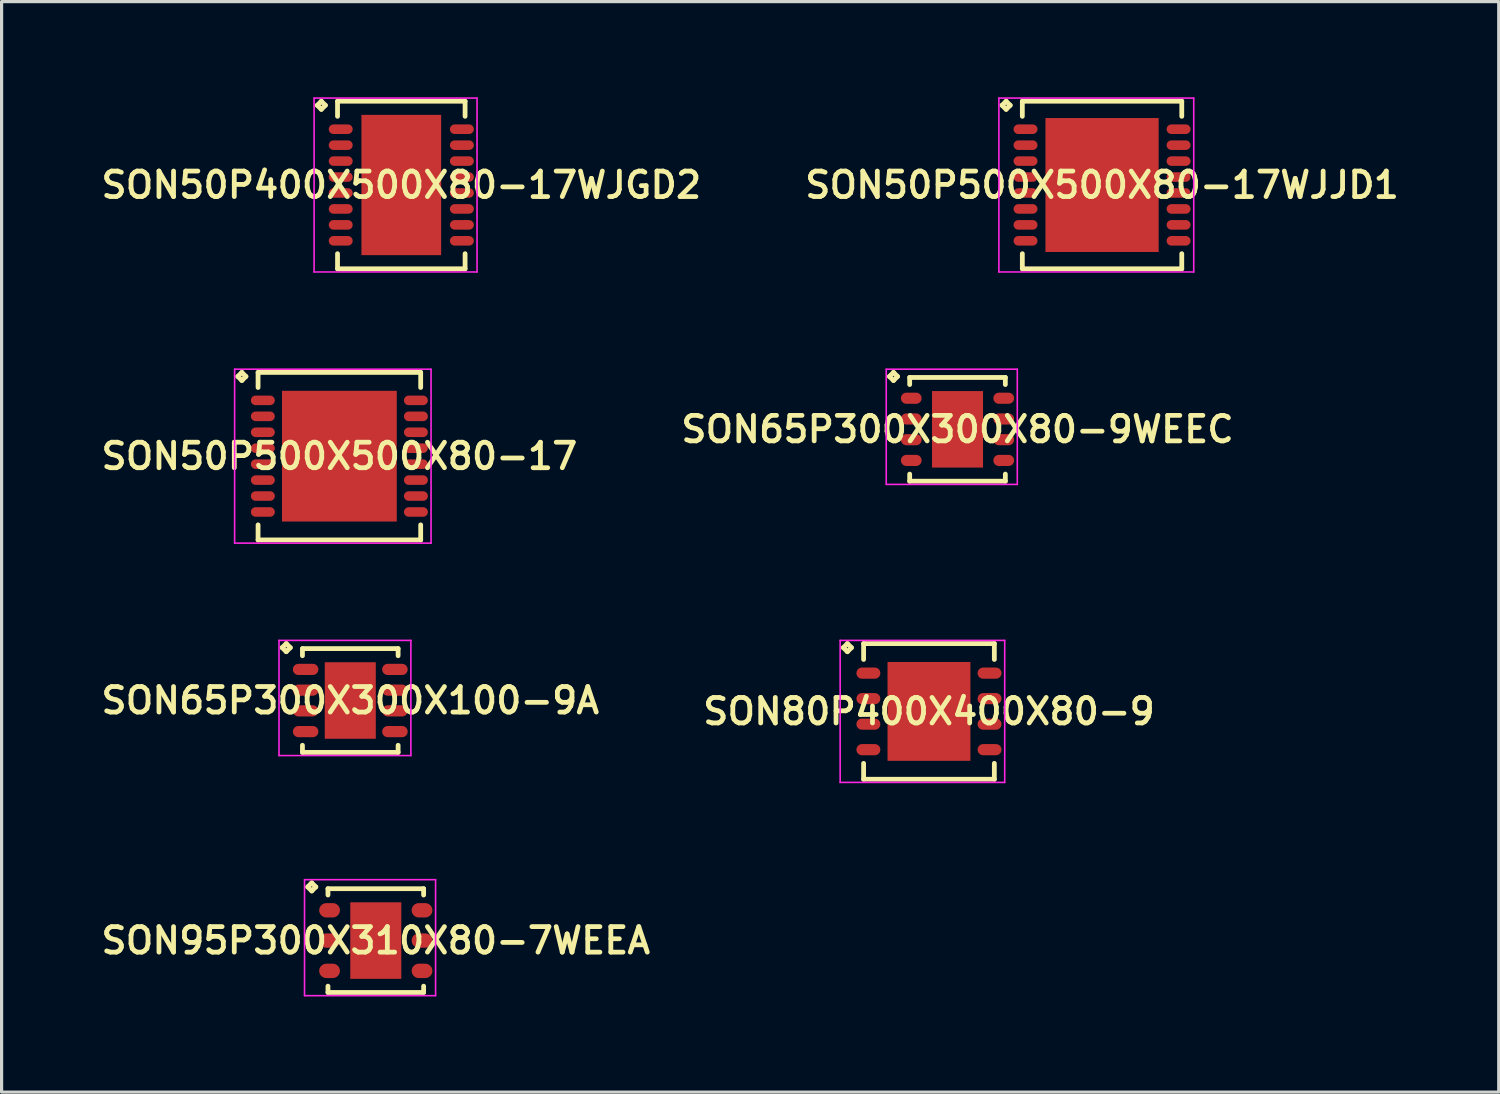
<source format=kicad_pcb>
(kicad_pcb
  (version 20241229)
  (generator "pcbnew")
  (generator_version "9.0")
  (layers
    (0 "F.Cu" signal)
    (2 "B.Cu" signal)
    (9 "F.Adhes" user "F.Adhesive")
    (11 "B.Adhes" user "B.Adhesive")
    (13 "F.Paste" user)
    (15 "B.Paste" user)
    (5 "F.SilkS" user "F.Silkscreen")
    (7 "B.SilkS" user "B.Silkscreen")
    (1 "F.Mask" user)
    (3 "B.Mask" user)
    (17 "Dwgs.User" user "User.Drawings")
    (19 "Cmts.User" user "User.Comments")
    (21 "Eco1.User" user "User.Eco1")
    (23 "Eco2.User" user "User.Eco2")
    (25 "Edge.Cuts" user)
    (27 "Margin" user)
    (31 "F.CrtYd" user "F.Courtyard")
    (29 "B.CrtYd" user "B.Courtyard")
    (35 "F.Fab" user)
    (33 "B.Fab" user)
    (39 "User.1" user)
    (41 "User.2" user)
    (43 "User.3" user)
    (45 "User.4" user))
  (footprint "SON80P400X400X80-9"
    (layer "F.Cu")
    (at 26.083 19.26)
    (property "Reference" "SON80P400X400X80-9" (at 0 0 0) (layer "F.SilkS") (effects (font (size 0.8 0.8) (thickness 0.15))))
    (attr smd)
    (fp_line (start -2.685 -2) (end -2.558 -2.127) (stroke (width 0.15) (type solid)) (layer "F.SilkS"))
    (fp_line (start -2.558 -2.127) (end -2.431 -2) (stroke (width 0.15) (type solid)) (layer "F.SilkS"))
    (fp_line (start -2.558 -1.873) (end -2.685 -2) (stroke (width 0.15) (type solid)) (layer "F.SilkS"))
    (fp_line (start -2.431 -2) (end -2.558 -1.873) (stroke (width 0.15) (type solid)) (layer "F.SilkS"))
    (fp_line (start -2.05 -2.127) (end 2.05 -2.127) (stroke (width 0.15) (type solid)) (layer "F.SilkS"))
    (fp_line (start -2.05 -1.629) (end -2.05 -2.127) (stroke (width 0.15) (type solid)) (layer "F.SilkS"))
    (fp_line (start -2.05 1.629) (end -2.05 2.127) (stroke (width 0.15) (type solid)) (layer "F.SilkS"))
    (fp_line (start -2.05 2.127) (end 2.05 2.127) (stroke (width 0.15) (type solid)) (layer "F.SilkS"))
    (fp_line (start 2.05 -2.127) (end 2.05 -1.629) (stroke (width 0.15) (type solid)) (layer "F.SilkS"))
    (fp_line (start 2.05 2.127) (end 2.05 1.629) (stroke (width 0.15) (type solid)) (layer "F.SilkS"))
    (fp_line (start -2.785 -2.227) (end 2.375 -2.227) (stroke (width 0.05) (type solid)) (layer "F.CrtYd"))
    (fp_line (start -2.785 2.227) (end -2.785 -2.227) (stroke (width 0.05) (type solid)) (layer "F.CrtYd"))
    (fp_line (start 2.375 -2.227) (end 2.375 2.227) (stroke (width 0.05) (type solid)) (layer "F.CrtYd"))
    (fp_line (start 2.375 2.227) (end -2.785 2.227) (stroke (width 0.05) (type solid)) (layer "F.CrtYd"))
    (pad "1" smd oval (at -1.9 -1.2) (size 0.75 0.35) (layers "F.Cu" "F.Mask" "F.Paste"))
    (pad "2" smd oval (at -1.9 -0.4) (size 0.75 0.35) (layers "F.Cu" "F.Mask" "F.Paste"))
    (pad "3" smd oval (at -1.9 0.4) (size 0.75 0.35) (layers "F.Cu" "F.Mask" "F.Paste"))
    (pad "4" smd oval (at -1.9 1.2) (size 0.75 0.35) (layers "F.Cu" "F.Mask" "F.Paste"))
    (pad "5" smd oval (at 1.9 1.2) (size 0.75 0.35) (layers "F.Cu" "F.Mask" "F.Paste"))
    (pad "6" smd oval (at 1.9 0.4) (size 0.75 0.35) (layers "F.Cu" "F.Mask" "F.Paste"))
    (pad "7" smd oval (at 1.9 -0.4) (size 0.75 0.35) (layers "F.Cu" "F.Mask" "F.Paste"))
    (pad "8" smd oval (at 1.9 -1.2) (size 0.75 0.35) (layers "F.Cu" "F.Mask" "F.Paste"))
    (pad "9" smd rect (at 0 0) (size 2.6 3.1) (layers "F.Cu" "F.Mask" "F.Paste")))
  (footprint "SON50P500X500X80-17WJJD1"
    (layer "F.Cu")
    (at 31.511 2.752)
    (property "Reference" "SON50P500X500X80-17WJJD1" (at 0 0 0) (layer "F.SilkS") (effects (font (size 0.8 0.8) (thickness 0.15))))
    (attr smd)
    (fp_line (start -3.135 -2.5) (end -3.008 -2.627) (stroke (width 0.15) (type solid)) (layer "F.SilkS"))
    (fp_line (start -3.008 -2.627) (end -2.881 -2.5) (stroke (width 0.15) (type solid)) (layer "F.SilkS"))
    (fp_line (start -3.008 -2.373) (end -3.135 -2.5) (stroke (width 0.15) (type solid)) (layer "F.SilkS"))
    (fp_line (start -2.881 -2.5) (end -3.008 -2.373) (stroke (width 0.15) (type solid)) (layer "F.SilkS"))
    (fp_line (start -2.5 -2.627) (end 2.5 -2.627) (stroke (width 0.15) (type solid)) (layer "F.SilkS"))
    (fp_line (start -2.5 -2.154) (end -2.5 -2.627) (stroke (width 0.15) (type solid)) (layer "F.SilkS"))
    (fp_line (start -2.5 2.154) (end -2.5 2.627) (stroke (width 0.15) (type solid)) (layer "F.SilkS"))
    (fp_line (start -2.5 2.627) (end 2.5 2.627) (stroke (width 0.15) (type solid)) (layer "F.SilkS"))
    (fp_line (start 2.5 -2.627) (end 2.5 -2.154) (stroke (width 0.15) (type solid)) (layer "F.SilkS"))
    (fp_line (start 2.5 2.627) (end 2.5 2.154) (stroke (width 0.15) (type solid)) (layer "F.SilkS"))
    (fp_line (start -3.235 -2.727) (end 2.875 -2.727) (stroke (width 0.05) (type solid)) (layer "F.CrtYd"))
    (fp_line (start -3.235 2.727) (end -3.235 -2.727) (stroke (width 0.05) (type solid)) (layer "F.CrtYd"))
    (fp_line (start 2.875 -2.727) (end 2.875 2.727) (stroke (width 0.05) (type solid)) (layer "F.CrtYd"))
    (fp_line (start 2.875 2.727) (end -3.235 2.727) (stroke (width 0.05) (type solid)) (layer "F.CrtYd"))
    (pad "1" smd oval (at -2.4 -1.75) (size 0.75 0.3) (layers "F.Cu" "F.Mask" "F.Paste"))
    (pad "2" smd oval (at -2.4 -1.25) (size 0.75 0.3) (layers "F.Cu" "F.Mask" "F.Paste"))
    (pad "3" smd oval (at -2.4 -0.75) (size 0.75 0.3) (layers "F.Cu" "F.Mask" "F.Paste"))
    (pad "4" smd oval (at -2.4 -0.25) (size 0.75 0.3) (layers "F.Cu" "F.Mask" "F.Paste"))
    (pad "5" smd oval (at -2.4 0.25) (size 0.75 0.3) (layers "F.Cu" "F.Mask" "F.Paste"))
    (pad "6" smd oval (at -2.4 0.75) (size 0.75 0.3) (layers "F.Cu" "F.Mask" "F.Paste"))
    (pad "7" smd oval (at -2.4 1.25) (size 0.75 0.3) (layers "F.Cu" "F.Mask" "F.Paste"))
    (pad "8" smd oval (at -2.4 1.75) (size 0.75 0.3) (layers "F.Cu" "F.Mask" "F.Paste"))
    (pad "9" smd oval (at 2.4 1.75) (size 0.75 0.3) (layers "F.Cu" "F.Mask" "F.Paste"))
    (pad "10" smd oval (at 2.4 1.25) (size 0.75 0.3) (layers "F.Cu" "F.Mask" "F.Paste"))
    (pad "11" smd oval (at 2.4 0.75) (size 0.75 0.3) (layers "F.Cu" "F.Mask" "F.Paste"))
    (pad "12" smd oval (at 2.4 0.25) (size 0.75 0.3) (layers "F.Cu" "F.Mask" "F.Paste"))
    (pad "13" smd oval (at 2.4 -0.25) (size 0.75 0.3) (layers "F.Cu" "F.Mask" "F.Paste"))
    (pad "14" smd oval (at 2.4 -0.75) (size 0.75 0.3) (layers "F.Cu" "F.Mask" "F.Paste"))
    (pad "15" smd oval (at 2.4 -1.25) (size 0.75 0.3) (layers "F.Cu" "F.Mask" "F.Paste"))
    (pad "16" smd oval (at 2.4 -1.75) (size 0.75 0.3) (layers "F.Cu" "F.Mask" "F.Paste"))
    (pad "17" smd rect (at 0 0) (size 3.55 4.2) (layers "F.Cu" "F.Mask" "F.Paste")))
  (footprint "SON50P500X500X80-17"
    (layer "F.Cu")
    (at 7.593 11.256)
    (property "Reference" "SON50P500X500X80-17" (at 0 0 0) (layer "F.SilkS") (effects (font (size 0.8 0.8) (thickness 0.15))))
    (attr smd)
    (fp_line (start -3.185 -2.5) (end -3.058 -2.627) (stroke (width 0.15) (type solid)) (layer "F.SilkS"))
    (fp_line (start -3.058 -2.627) (end -2.931 -2.5) (stroke (width 0.15) (type solid)) (layer "F.SilkS"))
    (fp_line (start -3.058 -2.373) (end -3.185 -2.5) (stroke (width 0.15) (type solid)) (layer "F.SilkS"))
    (fp_line (start -2.931 -2.5) (end -3.058 -2.373) (stroke (width 0.15) (type solid)) (layer "F.SilkS"))
    (fp_line (start -2.55 -2.627) (end 2.55 -2.627) (stroke (width 0.15) (type solid)) (layer "F.SilkS"))
    (fp_line (start -2.55 -2.154) (end -2.55 -2.627) (stroke (width 0.15) (type solid)) (layer "F.SilkS"))
    (fp_line (start -2.55 2.154) (end -2.55 2.627) (stroke (width 0.15) (type solid)) (layer "F.SilkS"))
    (fp_line (start -2.55 2.627) (end 2.55 2.627) (stroke (width 0.15) (type solid)) (layer "F.SilkS"))
    (fp_line (start 2.55 -2.627) (end 2.55 -2.154) (stroke (width 0.15) (type solid)) (layer "F.SilkS"))
    (fp_line (start 2.55 2.627) (end 2.55 2.154) (stroke (width 0.15) (type solid)) (layer "F.SilkS"))
    (fp_line (start -3.285 -2.727) (end 2.875 -2.727) (stroke (width 0.05) (type solid)) (layer "F.CrtYd"))
    (fp_line (start -3.285 2.727) (end -3.285 -2.727) (stroke (width 0.05) (type solid)) (layer "F.CrtYd"))
    (fp_line (start 2.875 -2.727) (end 2.875 2.727) (stroke (width 0.05) (type solid)) (layer "F.CrtYd"))
    (fp_line (start 2.875 2.727) (end -3.285 2.727) (stroke (width 0.05) (type solid)) (layer "F.CrtYd"))
    (pad "1" smd oval (at -2.4 -1.75) (size 0.75 0.3) (layers "F.Cu" "F.Mask" "F.Paste"))
    (pad "2" smd oval (at -2.4 -1.25) (size 0.75 0.3) (layers "F.Cu" "F.Mask" "F.Paste"))
    (pad "3" smd oval (at -2.4 -0.75) (size 0.75 0.3) (layers "F.Cu" "F.Mask" "F.Paste"))
    (pad "4" smd oval (at -2.4 -0.25) (size 0.75 0.3) (layers "F.Cu" "F.Mask" "F.Paste"))
    (pad "5" smd oval (at -2.4 0.25) (size 0.75 0.3) (layers "F.Cu" "F.Mask" "F.Paste"))
    (pad "6" smd oval (at -2.4 0.75) (size 0.75 0.3) (layers "F.Cu" "F.Mask" "F.Paste"))
    (pad "7" smd oval (at -2.4 1.25) (size 0.75 0.3) (layers "F.Cu" "F.Mask" "F.Paste"))
    (pad "8" smd oval (at -2.4 1.75) (size 0.75 0.3) (layers "F.Cu" "F.Mask" "F.Paste"))
    (pad "9" smd oval (at 2.4 1.75) (size 0.75 0.3) (layers "F.Cu" "F.Mask" "F.Paste"))
    (pad "10" smd oval (at 2.4 1.25) (size 0.75 0.3) (layers "F.Cu" "F.Mask" "F.Paste"))
    (pad "11" smd oval (at 2.4 0.75) (size 0.75 0.3) (layers "F.Cu" "F.Mask" "F.Paste"))
    (pad "12" smd oval (at 2.4 0.25) (size 0.75 0.3) (layers "F.Cu" "F.Mask" "F.Paste"))
    (pad "13" smd oval (at 2.4 -0.25) (size 0.75 0.3) (layers "F.Cu" "F.Mask" "F.Paste"))
    (pad "14" smd oval (at 2.4 -0.75) (size 0.75 0.3) (layers "F.Cu" "F.Mask" "F.Paste"))
    (pad "15" smd oval (at 2.4 -1.25) (size 0.75 0.3) (layers "F.Cu" "F.Mask" "F.Paste"))
    (pad "16" smd oval (at 2.4 -1.75) (size 0.75 0.3) (layers "F.Cu" "F.Mask" "F.Paste"))
    (pad "17" smd rect (at 0 0) (size 3.6 4.1) (layers "F.Cu" "F.Mask" "F.Paste")))
  (footprint "SON95P300X310X80-7WEEA"
    (layer "F.Cu")
    (at 8.735 26.447)
    (property "Reference" "SON95P300X310X80-7WEEA" (at 0 0 0) (layer "F.SilkS") (effects (font (size 0.8 0.8) (thickness 0.15))))
    (attr smd)
    (fp_line (start -2.135 -1.683) (end -2.008 -1.81) (stroke (width 0.15) (type solid)) (layer "F.SilkS"))
    (fp_line (start -2.008 -1.81) (end -1.881 -1.683) (stroke (width 0.15) (type solid)) (layer "F.SilkS"))
    (fp_line (start -2.008 -1.556) (end -2.135 -1.683) (stroke (width 0.15) (type solid)) (layer "F.SilkS"))
    (fp_line (start -1.881 -1.683) (end -2.008 -1.556) (stroke (width 0.15) (type solid)) (layer "F.SilkS"))
    (fp_line (start -1.5 -1.627) (end 1.5 -1.627) (stroke (width 0.15) (type solid)) (layer "F.SilkS"))
    (fp_line (start -1.5 -1.429) (end -1.5 -1.627) (stroke (width 0.15) (type solid)) (layer "F.SilkS"))
    (fp_line (start -1.5 1.429) (end -1.5 1.627) (stroke (width 0.15) (type solid)) (layer "F.SilkS"))
    (fp_line (start -1.5 1.627) (end 1.5 1.627) (stroke (width 0.15) (type solid)) (layer "F.SilkS"))
    (fp_line (start 1.5 -1.627) (end 1.5 -1.429) (stroke (width 0.15) (type solid)) (layer "F.SilkS"))
    (fp_line (start 1.5 1.627) (end 1.5 1.429) (stroke (width 0.15) (type solid)) (layer "F.SilkS"))
    (fp_line (start -2.235 -1.91) (end 1.875 -1.91) (stroke (width 0.05) (type solid)) (layer "F.CrtYd"))
    (fp_line (start -2.235 1.727) (end -2.235 -1.91) (stroke (width 0.05) (type solid)) (layer "F.CrtYd"))
    (fp_line (start 1.875 -1.91) (end 1.875 1.727) (stroke (width 0.05) (type solid)) (layer "F.CrtYd"))
    (fp_line (start 1.875 1.727) (end -2.235 1.727) (stroke (width 0.05) (type solid)) (layer "F.CrtYd"))
    (pad "1" smd oval (at -1.45 -0.95) (size 0.65 0.45) (layers "F.Cu" "F.Mask" "F.Paste"))
    (pad "2" smd oval (at -1.45 0) (size 0.65 0.45) (layers "F.Cu" "F.Mask" "F.Paste"))
    (pad "3" smd oval (at -1.45 0.95) (size 0.65 0.45) (layers "F.Cu" "F.Mask" "F.Paste"))
    (pad "4" smd oval (at 1.45 0.95) (size 0.65 0.45) (layers "F.Cu" "F.Mask" "F.Paste"))
    (pad "5" smd oval (at 1.45 0) (size 0.65 0.45) (layers "F.Cu" "F.Mask" "F.Paste"))
    (pad "6" smd oval (at 1.45 -0.95) (size 0.65 0.45) (layers "F.Cu" "F.Mask" "F.Paste"))
    (pad "7" smd rect (at 0 0) (size 1.6 2.4) (layers "F.Cu" "F.Mask" "F.Paste")))
  (footprint "SON65P300X300X80-9WEEC"
    (layer "F.Cu")
    (at 26.978 10.414)
    (property "Reference" "SON65P300X300X80-9WEEC" (at 0 0 0) (layer "F.SilkS") (effects (font (size 0.8 0.8) (thickness 0.15))))
    (attr smd)
    (fp_line (start -2.135 -1.658) (end -2.008 -1.785) (stroke (width 0.15) (type solid)) (layer "F.SilkS"))
    (fp_line (start -2.008 -1.785) (end -1.881 -1.658) (stroke (width 0.15) (type solid)) (layer "F.SilkS"))
    (fp_line (start -2.008 -1.531) (end -2.135 -1.658) (stroke (width 0.15) (type solid)) (layer "F.SilkS"))
    (fp_line (start -1.881 -1.658) (end -2.008 -1.531) (stroke (width 0.15) (type solid)) (layer "F.SilkS"))
    (fp_line (start -1.5 -1.627) (end 1.5 -1.627) (stroke (width 0.15) (type solid)) (layer "F.SilkS"))
    (fp_line (start -1.5 -1.404) (end -1.5 -1.627) (stroke (width 0.15) (type solid)) (layer "F.SilkS"))
    (fp_line (start -1.5 1.404) (end -1.5 1.627) (stroke (width 0.15) (type solid)) (layer "F.SilkS"))
    (fp_line (start -1.5 1.627) (end 1.5 1.627) (stroke (width 0.15) (type solid)) (layer "F.SilkS"))
    (fp_line (start 1.5 -1.627) (end 1.5 -1.404) (stroke (width 0.15) (type solid)) (layer "F.SilkS"))
    (fp_line (start 1.5 1.627) (end 1.5 1.404) (stroke (width 0.15) (type solid)) (layer "F.SilkS"))
    (fp_line (start -2.235 -1.885) (end 1.875 -1.885) (stroke (width 0.05) (type solid)) (layer "F.CrtYd"))
    (fp_line (start -2.235 1.727) (end -2.235 -1.885) (stroke (width 0.05) (type solid)) (layer "F.CrtYd"))
    (fp_line (start 1.875 -1.885) (end 1.875 1.727) (stroke (width 0.05) (type solid)) (layer "F.CrtYd"))
    (fp_line (start 1.875 1.727) (end -2.235 1.727) (stroke (width 0.05) (type solid)) (layer "F.CrtYd"))
    (pad "1" smd oval (at -1.45 -0.975) (size 0.65 0.35) (layers "F.Cu" "F.Mask" "F.Paste"))
    (pad "2" smd oval (at -1.45 -0.325) (size 0.65 0.35) (layers "F.Cu" "F.Mask" "F.Paste"))
    (pad "3" smd oval (at -1.45 0.325) (size 0.65 0.35) (layers "F.Cu" "F.Mask" "F.Paste"))
    (pad "4" smd oval (at -1.45 0.975) (size 0.65 0.35) (layers "F.Cu" "F.Mask" "F.Paste"))
    (pad "5" smd oval (at 1.45 0.975) (size 0.65 0.35) (layers "F.Cu" "F.Mask" "F.Paste"))
    (pad "6" smd oval (at 1.45 0.325) (size 0.65 0.35) (layers "F.Cu" "F.Mask" "F.Paste"))
    (pad "7" smd oval (at 1.45 -0.325) (size 0.65 0.35) (layers "F.Cu" "F.Mask" "F.Paste"))
    (pad "8" smd oval (at 1.45 -0.975) (size 0.65 0.35) (layers "F.Cu" "F.Mask" "F.Paste"))
    (pad "9" smd rect (at 0 0) (size 1.6 2.4) (layers "F.Cu" "F.Mask" "F.Paste")))
  (footprint "SON65P300X300X100-9A"
    (layer "F.Cu")
    (at 7.935 18.918)
    (property "Reference" "SON65P300X300X100-9A" (at 0 0 0) (layer "F.SilkS") (effects (font (size 0.8 0.8) (thickness 0.15))))
    (attr smd)
    (fp_line (start -2.135 -1.658) (end -2.008 -1.785) (stroke (width 0.15) (type solid)) (layer "F.SilkS"))
    (fp_line (start -2.008 -1.785) (end -1.881 -1.658) (stroke (width 0.15) (type solid)) (layer "F.SilkS"))
    (fp_line (start -2.008 -1.531) (end -2.135 -1.658) (stroke (width 0.15) (type solid)) (layer "F.SilkS"))
    (fp_line (start -1.881 -1.658) (end -2.008 -1.531) (stroke (width 0.15) (type solid)) (layer "F.SilkS"))
    (fp_line (start -1.5 -1.627) (end 1.5 -1.627) (stroke (width 0.15) (type solid)) (layer "F.SilkS"))
    (fp_line (start -1.5 -1.404) (end -1.5 -1.627) (stroke (width 0.15) (type solid)) (layer "F.SilkS"))
    (fp_line (start -1.5 1.404) (end -1.5 1.627) (stroke (width 0.15) (type solid)) (layer "F.SilkS"))
    (fp_line (start -1.5 1.627) (end 1.5 1.627) (stroke (width 0.15) (type solid)) (layer "F.SilkS"))
    (fp_line (start 1.5 -1.627) (end 1.5 -1.404) (stroke (width 0.15) (type solid)) (layer "F.SilkS"))
    (fp_line (start 1.5 1.627) (end 1.5 1.404) (stroke (width 0.15) (type solid)) (layer "F.SilkS"))
    (fp_line (start -2.235 -1.885) (end 1.9 -1.885) (stroke (width 0.05) (type solid)) (layer "F.CrtYd"))
    (fp_line (start -2.235 1.727) (end -2.235 -1.885) (stroke (width 0.05) (type solid)) (layer "F.CrtYd"))
    (fp_line (start 1.9 -1.885) (end 1.9 1.727) (stroke (width 0.05) (type solid)) (layer "F.CrtYd"))
    (fp_line (start 1.9 1.727) (end -2.235 1.727) (stroke (width 0.05) (type solid)) (layer "F.CrtYd"))
    (pad "1" smd oval (at -1.4 -0.975) (size 0.8 0.35) (layers "F.Cu" "F.Mask" "F.Paste"))
    (pad "2" smd oval (at -1.4 -0.325) (size 0.8 0.35) (layers "F.Cu" "F.Mask" "F.Paste"))
    (pad "3" smd oval (at -1.4 0.325) (size 0.8 0.35) (layers "F.Cu" "F.Mask" "F.Paste"))
    (pad "4" smd oval (at -1.4 0.975) (size 0.8 0.35) (layers "F.Cu" "F.Mask" "F.Paste"))
    (pad "5" smd oval (at 1.4 0.975) (size 0.8 0.35) (layers "F.Cu" "F.Mask" "F.Paste"))
    (pad "6" smd oval (at 1.4 0.325) (size 0.8 0.35) (layers "F.Cu" "F.Mask" "F.Paste"))
    (pad "7" smd oval (at 1.4 -0.325) (size 0.8 0.35) (layers "F.Cu" "F.Mask" "F.Paste"))
    (pad "8" smd oval (at 1.4 -0.975) (size 0.8 0.35) (layers "F.Cu" "F.Mask" "F.Paste"))
    (pad "9" smd rect (at 0 0) (size 1.6 2.4) (layers "F.Cu" "F.Mask" "F.Paste")))
  (footprint "SON50P400X500X80-17WJGD2"
    (layer "F.Cu")
    (at 9.535 2.752)
    (property "Reference" "SON50P400X500X80-17WJGD2" (at 0 0 0) (layer "F.SilkS") (effects (font (size 0.8 0.8) (thickness 0.15))))
    (attr smd)
    (fp_line (start -2.635 -2.5) (end -2.508 -2.627) (stroke (width 0.15) (type solid)) (layer "F.SilkS"))
    (fp_line (start -2.508 -2.627) (end -2.381 -2.5) (stroke (width 0.15) (type solid)) (layer "F.SilkS"))
    (fp_line (start -2.508 -2.373) (end -2.635 -2.5) (stroke (width 0.15) (type solid)) (layer "F.SilkS"))
    (fp_line (start -2.381 -2.5) (end -2.508 -2.373) (stroke (width 0.15) (type solid)) (layer "F.SilkS"))
    (fp_line (start -2 -2.627) (end 2 -2.627) (stroke (width 0.15) (type solid)) (layer "F.SilkS"))
    (fp_line (start -2 -2.154) (end -2 -2.627) (stroke (width 0.15) (type solid)) (layer "F.SilkS"))
    (fp_line (start -2 2.154) (end -2 2.627) (stroke (width 0.15) (type solid)) (layer "F.SilkS"))
    (fp_line (start -2 2.627) (end 2 2.627) (stroke (width 0.15) (type solid)) (layer "F.SilkS"))
    (fp_line (start 2 -2.627) (end 2 -2.154) (stroke (width 0.15) (type solid)) (layer "F.SilkS"))
    (fp_line (start 2 2.627) (end 2 2.154) (stroke (width 0.15) (type solid)) (layer "F.SilkS"))
    (fp_line (start -2.735 -2.727) (end 2.375 -2.727) (stroke (width 0.05) (type solid)) (layer "F.CrtYd"))
    (fp_line (start -2.735 2.727) (end -2.735 -2.727) (stroke (width 0.05) (type solid)) (layer "F.CrtYd"))
    (fp_line (start 2.375 -2.727) (end 2.375 2.727) (stroke (width 0.05) (type solid)) (layer "F.CrtYd"))
    (fp_line (start 2.375 2.727) (end -2.735 2.727) (stroke (width 0.05) (type solid)) (layer "F.CrtYd"))
    (pad "1" smd oval (at -1.9 -1.75) (size 0.75 0.3) (layers "F.Cu" "F.Mask" "F.Paste"))
    (pad "2" smd oval (at -1.9 -1.25) (size 0.75 0.3) (layers "F.Cu" "F.Mask" "F.Paste"))
    (pad "3" smd oval (at -1.9 -0.75) (size 0.75 0.3) (layers "F.Cu" "F.Mask" "F.Paste"))
    (pad "4" smd oval (at -1.9 -0.25) (size 0.75 0.3) (layers "F.Cu" "F.Mask" "F.Paste"))
    (pad "5" smd oval (at -1.9 0.25) (size 0.75 0.3) (layers "F.Cu" "F.Mask" "F.Paste"))
    (pad "6" smd oval (at -1.9 0.75) (size 0.75 0.3) (layers "F.Cu" "F.Mask" "F.Paste"))
    (pad "7" smd oval (at -1.9 1.25) (size 0.75 0.3) (layers "F.Cu" "F.Mask" "F.Paste"))
    (pad "8" smd oval (at -1.9 1.75) (size 0.75 0.3) (layers "F.Cu" "F.Mask" "F.Paste"))
    (pad "9" smd oval (at 1.9 1.75) (size 0.75 0.3) (layers "F.Cu" "F.Mask" "F.Paste"))
    (pad "10" smd oval (at 1.9 1.25) (size 0.75 0.3) (layers "F.Cu" "F.Mask" "F.Paste"))
    (pad "11" smd oval (at 1.9 0.75) (size 0.75 0.3) (layers "F.Cu" "F.Mask" "F.Paste"))
    (pad "12" smd oval (at 1.9 0.25) (size 0.75 0.3) (layers "F.Cu" "F.Mask" "F.Paste"))
    (pad "13" smd oval (at 1.9 -0.25) (size 0.75 0.3) (layers "F.Cu" "F.Mask" "F.Paste"))
    (pad "14" smd oval (at 1.9 -0.75) (size 0.75 0.3) (layers "F.Cu" "F.Mask" "F.Paste"))
    (pad "15" smd oval (at 1.9 -1.25) (size 0.75 0.3) (layers "F.Cu" "F.Mask" "F.Paste"))
    (pad "16" smd oval (at 1.9 -1.75) (size 0.75 0.3) (layers "F.Cu" "F.Mask" "F.Paste"))
    (pad "17" smd rect (at 0 0) (size 2.5 4.4) (layers "F.Cu" "F.Mask" "F.Paste")))
  (gr_rect
    (start -3 -3)
    (end 43.951 31.199)
    (stroke (width 0.1) (type default))
    (fill no)
    (layer "Edge.Cuts")))
</source>
